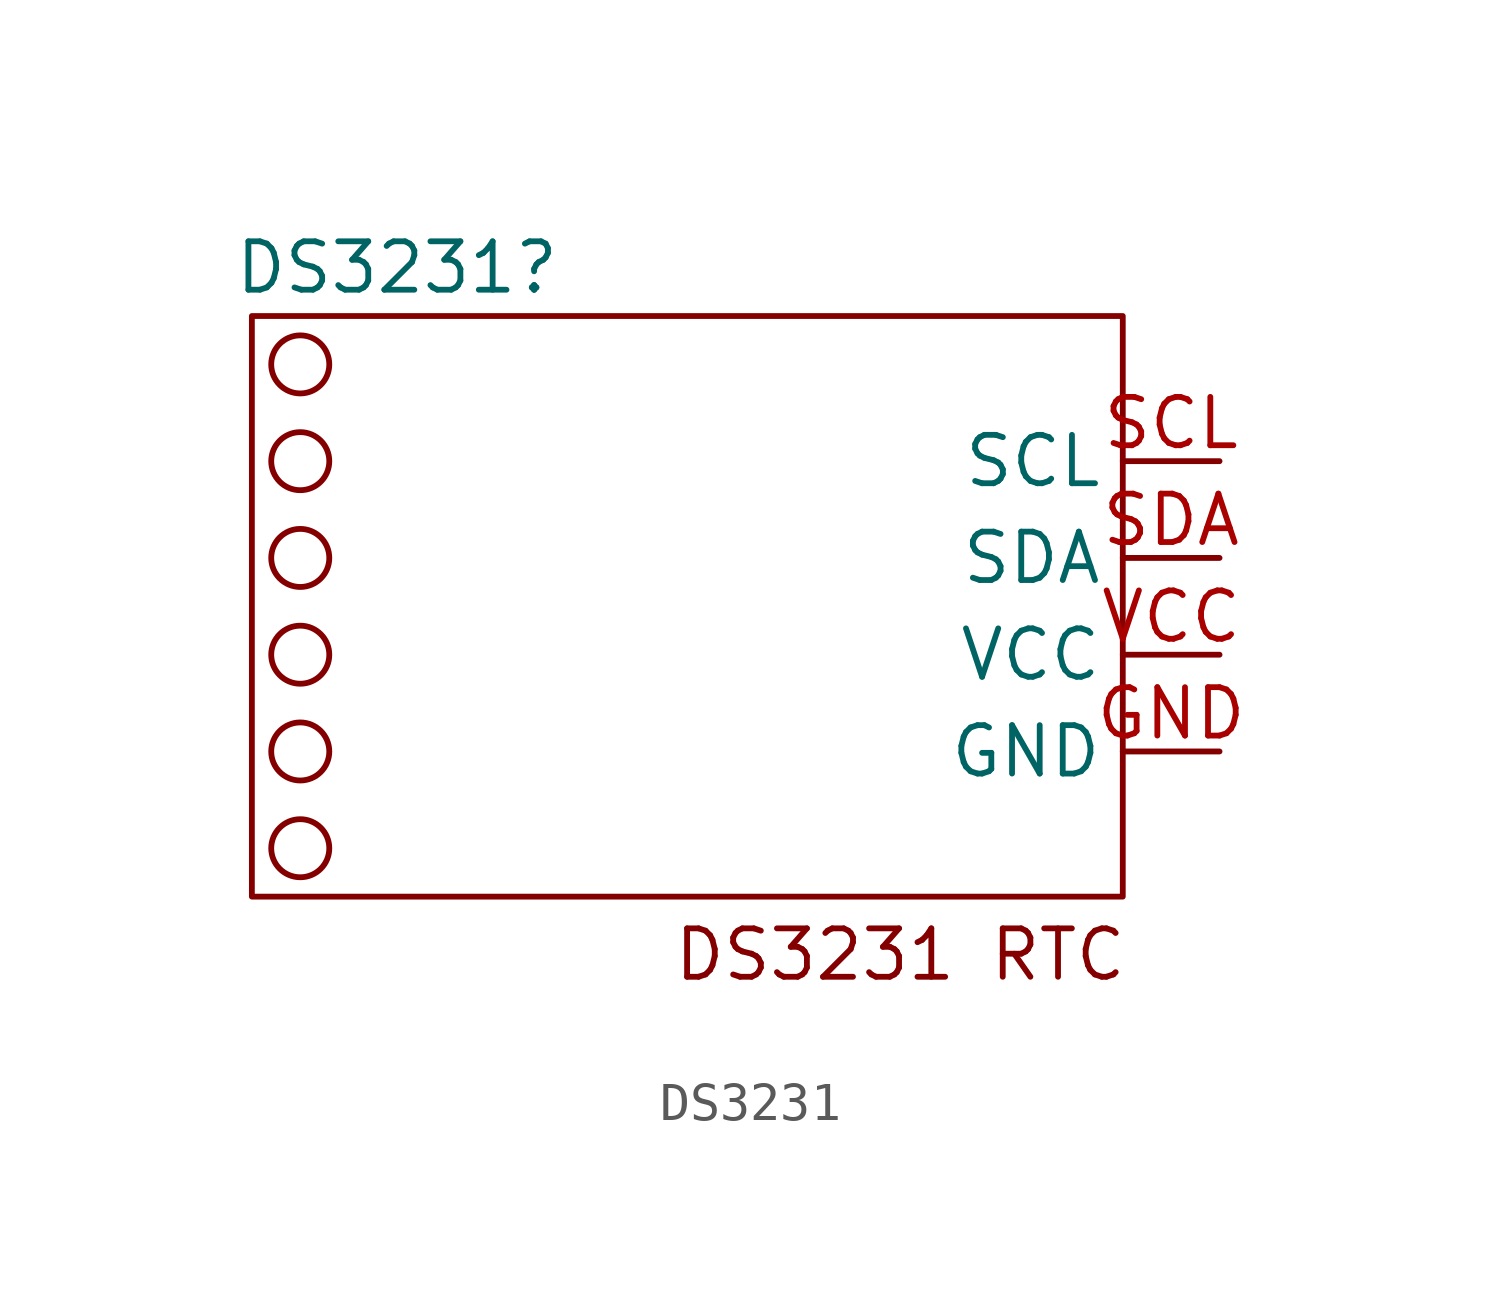
<source format=kicad_sym>
(kicad_symbol_lib
  (version 20231120)
  (generator "kicad_symbol_editor")
  (generator_version "8.0")
  (symbol "DS3231"
    (property "Reference" "DS3231"
      (at -7.62 10.16 0)
      (effects (font (size 1.27 1.27))))
    (property "Value" ""
      (at 7.62 0 0)
      (effects (font (size 1.27 1.27))))
    (symbol "DS3231_0_1"
      (circle (center -10.16 -5.08) (radius 0.762) (stroke (width 0) (type default)) (fill (type none)))
      (circle (center -10.16 -2.54) (radius 0.762) (stroke (width 0) (type default)) (fill (type none)))
      (circle (center -10.16 0) (radius 0.762) (stroke (width 0) (type default)) (fill (type none)))
      (circle (center -10.16 2.54) (radius 0.762) (stroke (width 0) (type default)) (fill (type none)))
      (circle (center -10.16 5.08) (radius 0.762) (stroke (width 0) (type default)) (fill (type none)))
      (circle (center -10.16 7.62) (radius 0.762) (stroke (width 0) (type default)) (fill (type none)))
      (rectangle (start 11.43 8.89) (end -11.43 -6.35) (stroke (width 0) (type default)) (fill (type none))))
    (symbol "DS3231_1_1"
      (text "DS3231 RTC\n" (at 5.588 -7.874 0) (effects (font (size 1.27 1.27))))
      (pin input line (at 13.97 -2.54 180) (length 2.54) (name "GND" (effects (font (size 1.27 1.27)))) (number "GND" (effects (font (size 1.27 1.27)))))
      (pin bidirectional line (at 13.97 5.08 180) (length 2.54) (name "SCL" (effects (font (size 1.27 1.27)))) (number "SCL" (effects (font (size 1.27 1.27)))))
      (pin bidirectional line (at 13.97 2.54 180) (length 2.54) (name "SDA" (effects (font (size 1.27 1.27)))) (number "SDA" (effects (font (size 1.27 1.27)))))
      (pin input line (at 13.97 0 180) (length 2.54) (name "VCC" (effects (font (size 1.27 1.27)))) (number "VCC" (effects (font (size 1.27 1.27))))))))
</source>
